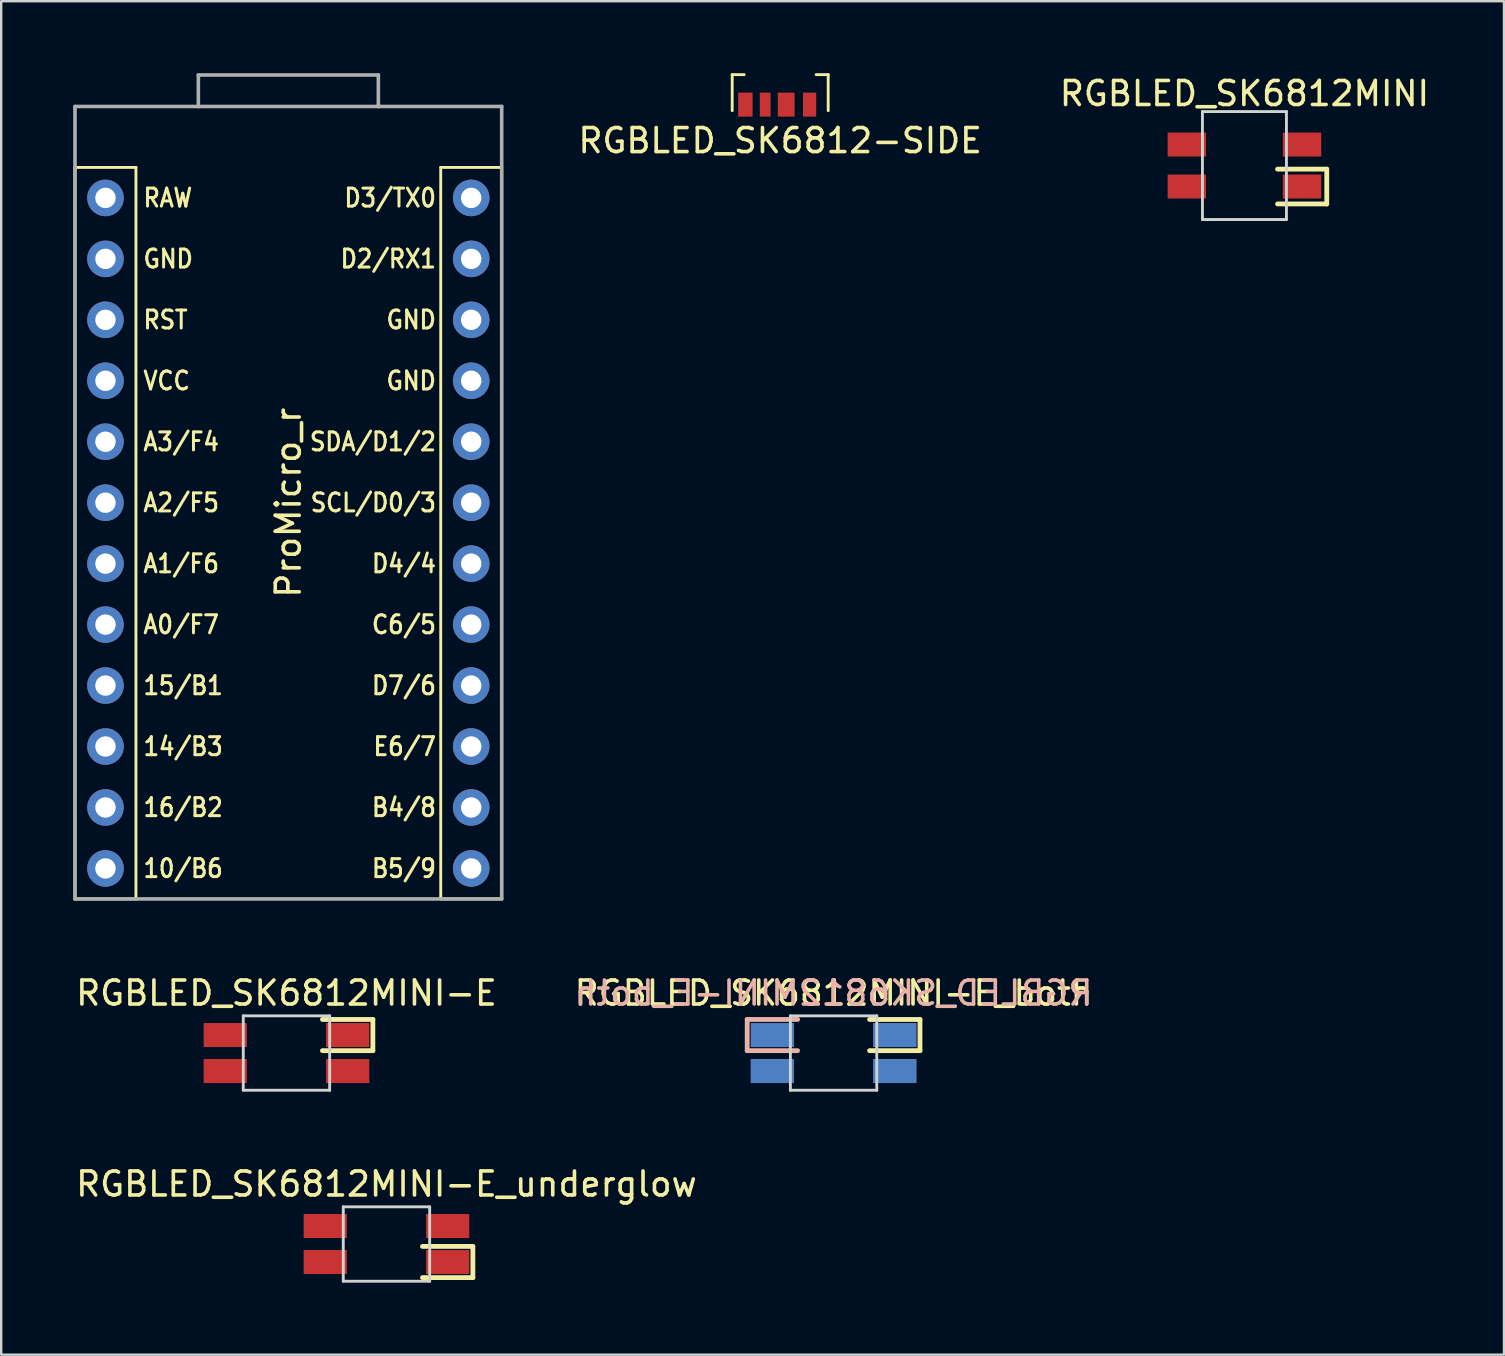
<source format=kicad_pcb>
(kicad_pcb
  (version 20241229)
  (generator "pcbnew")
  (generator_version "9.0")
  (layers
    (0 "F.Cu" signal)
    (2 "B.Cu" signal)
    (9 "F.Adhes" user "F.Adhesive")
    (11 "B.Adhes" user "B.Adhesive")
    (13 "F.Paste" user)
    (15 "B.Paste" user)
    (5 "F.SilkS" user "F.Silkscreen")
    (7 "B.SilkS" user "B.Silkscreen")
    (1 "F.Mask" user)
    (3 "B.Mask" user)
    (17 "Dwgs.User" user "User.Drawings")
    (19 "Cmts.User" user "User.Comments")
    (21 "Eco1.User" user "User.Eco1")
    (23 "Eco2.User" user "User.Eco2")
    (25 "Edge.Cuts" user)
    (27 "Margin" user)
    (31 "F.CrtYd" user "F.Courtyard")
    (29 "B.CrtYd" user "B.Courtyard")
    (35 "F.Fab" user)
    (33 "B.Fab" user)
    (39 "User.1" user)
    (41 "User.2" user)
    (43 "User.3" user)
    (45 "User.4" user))
  (footprint "RGBLED_SK6812MINI-E"
    (layer "F.Cu")
    (at 8.887 40.83)
    (property "Reference" "RGBLED_SK6812MINI-E" (at 0 -2.5 180) (layer "F.SilkS") (effects (font (size 1 1) (thickness 0.15))))
    (attr smd)
    (fp_line (start 1.5 -1.4) (end 3.6 -1.4) (stroke (width 0.2) (type solid)) (layer "F.SilkS"))
    (fp_line (start 3.6 -1.4) (end 3.6 -0.1) (stroke (width 0.2) (type solid)) (layer "F.SilkS"))
    (fp_line (start 3.6 -0.1) (end 1.5 -0.1) (stroke (width 0.2) (type solid)) (layer "F.SilkS"))
    (fp_line (start -1.8 -1.55) (end -1.8 1.55) (stroke (width 0.12) (type solid)) (layer "Edge.Cuts"))
    (fp_line (start -1.8 1.55) (end 1.8 1.55) (stroke (width 0.12) (type solid)) (layer "Edge.Cuts"))
    (fp_line (start 1.8 -1.55) (end -1.8 -1.55) (stroke (width 0.12) (type solid)) (layer "Edge.Cuts"))
    (fp_line (start 1.8 1.55) (end 1.8 -1.55) (stroke (width 0.12) (type solid)) (layer "Edge.Cuts"))
    (pad "1" smd rect (at -2.55 0.75) (size 1.8 1) (layers "F.Cu" "F.Mask" "F.Paste"))
    (pad "2" smd rect (at -2.55 -0.75) (size 1.8 1) (layers "F.Cu" "F.Mask" "F.Paste"))
    (pad "3" smd rect (at 2.55 -0.75) (size 1.8 1) (layers "F.Cu" "F.Mask" "F.Paste"))
    (pad "4" smd rect (at 2.55 0.75) (size 1.8 1) (layers "F.Cu" "F.Mask" "F.Paste")))
  (footprint "RGBLED_SK6812MINI-E_underglow"
    (layer "F.Cu")
    (at 13.054 48.788)
    (property "Reference" "RGBLED_SK6812MINI-E_underglow" (at 0 -2.5 180) (layer "F.SilkS") (effects (font (size 1 1) (thickness 0.15))))
    (attr smd)
    (fp_line (start 1.5 0.1) (end 3.6 0.1) (stroke (width 0.2) (type solid)) (layer "F.SilkS"))
    (fp_line (start 3.6 0.1) (end 3.6 1.4) (stroke (width 0.2) (type solid)) (layer "F.SilkS"))
    (fp_line (start 3.6 1.4) (end 1.5 1.4) (stroke (width 0.2) (type solid)) (layer "F.SilkS"))
    (fp_line (start -1.8 -1.55) (end -1.8 1.55) (stroke (width 0.12) (type solid)) (layer "Edge.Cuts"))
    (fp_line (start -1.8 1.55) (end 1.8 1.55) (stroke (width 0.12) (type solid)) (layer "Edge.Cuts"))
    (fp_line (start 1.8 -1.55) (end -1.8 -1.55) (stroke (width 0.12) (type solid)) (layer "Edge.Cuts"))
    (fp_line (start 1.8 1.55) (end 1.8 -1.55) (stroke (width 0.12) (type solid)) (layer "Edge.Cuts"))
    (pad "1" smd rect (at -2.55 -0.75) (size 1.8 1) (layers "F.Cu" "F.Mask" "F.Paste"))
    (pad "2" smd rect (at -2.55 0.75) (size 1.8 1) (layers "F.Cu" "F.Mask" "F.Paste"))
    (pad "3" smd rect (at 2.55 0.75) (size 1.8 1) (layers "F.Cu" "F.Mask" "F.Paste"))
    (pad "4" smd rect (at 2.55 -0.75) (size 1.8 1) (layers "F.Cu" "F.Mask" "F.Paste")))
  (footprint "RGBLED_SK6812-SIDE"
    (layer "F.Cu")
    (at 29.46 0.81)
    (property "Reference" "RGBLED_SK6812-SIDE" (at 0 2 0) (layer "F.SilkS") (effects (font (size 1 1) (thickness 0.15))))
    (attr smd)
    (fp_line (start -2 -0.75) (end -2 0.75) (stroke (width 0.12) (type solid)) (layer "F.SilkS"))
    (fp_line (start -1.5 -0.75) (end -2 -0.75) (stroke (width 0.12) (type solid)) (layer "F.SilkS"))
    (fp_line (start 1.5 -0.75) (end 2 -0.75) (stroke (width 0.12) (type solid)) (layer "F.SilkS"))
    (fp_line (start 2 -0.75) (end 2 0.75) (stroke (width 0.12) (type solid)) (layer "F.SilkS"))
    (pad "1" smd rect (at 1.225 0.5) (size 0.55 1) (layers "F.Cu" "F.Mask" "F.Paste"))
    (pad "2" smd rect (at 0.25 0.5) (size 0.7 1) (layers "F.Cu" "F.Mask" "F.Paste"))
    (pad "3" smd rect (at -0.625 0.5) (size 0.45 1) (layers "F.Cu" "F.Mask" "F.Paste"))
    (pad "4" smd rect (at -1.45 0.5) (size 0.6 1) (layers "F.Cu" "F.Mask" "F.Paste")))
  (footprint "ProMicro_r"
    (layer "F.Cu")
    (at 8.965 17.897)
    (property "Reference" "ProMicro_r" (at 0 0 270) (layer "F.SilkS") (effects (font (size 1 1) (thickness 0.15))))
    (attr through_hole)
    (fp_line (start -8.89 -13.97) (end -6.35 -13.97) (stroke (width 0.12) (type solid)) (layer "F.SilkS"))
    (fp_line (start -8.89 16.51) (end -8.89 -13.97) (stroke (width 0.12) (type solid)) (layer "F.SilkS"))
    (fp_line (start -6.35 -13.97) (end -6.35 16.51) (stroke (width 0.12) (type solid)) (layer "F.SilkS"))
    (fp_line (start -6.35 16.51) (end -8.89 16.51) (stroke (width 0.12) (type solid)) (layer "F.SilkS"))
    (fp_line (start 6.35 -13.97) (end 6.35 16.51) (stroke (width 0.12) (type solid)) (layer "F.SilkS"))
    (fp_line (start 6.35 16.51) (end 8.89 16.51) (stroke (width 0.12) (type solid)) (layer "F.SilkS"))
    (fp_line (start 8.89 -13.97) (end 6.35 -13.97) (stroke (width 0.12) (type solid)) (layer "F.SilkS"))
    (fp_line (start 8.89 16.51) (end 8.89 -13.97) (stroke (width 0.12) (type solid)) (layer "F.SilkS"))
    (fp_line (start -8.89 -16.51) (end -3.75 -16.51) (stroke (width 0.15) (type solid)) (layer "F.Fab"))
    (fp_line (start -8.89 16.51) (end -8.89 -16.51) (stroke (width 0.15) (type solid)) (layer "F.Fab"))
    (fp_line (start -3.75 -17.822) (end -3.75 -16.51) (stroke (width 0.15) (type solid)) (layer "F.Fab"))
    (fp_line (start -3.75 -17.822) (end 3.75 -17.822) (stroke (width 0.15) (type solid)) (layer "F.Fab"))
    (fp_line (start -3.75 -16.51) (end 3.75 -16.51) (stroke (width 0.15) (type solid)) (layer "F.Fab"))
    (fp_line (start 3.75 -17.822) (end 3.75 -16.51) (stroke (width 0.15) (type solid)) (layer "F.Fab"))
    (fp_line (start 3.75 -16.51) (end 8.89 -16.51) (stroke (width 0.15) (type solid)) (layer "F.Fab"))
    (fp_line (start 8.89 -16.51) (end 8.89 16.51) (stroke (width 0.15) (type solid)) (layer "F.Fab"))
    (fp_line (start 8.89 16.51) (end -8.89 16.51) (stroke (width 0.15) (type solid)) (layer "F.Fab"))
    (fp_text user "B4/8" (at 4.817 12.7 0) (layer "F.SilkS") (effects (font (size 0.75 0.67) (thickness 0.125))))
    (fp_text user "D3/TX0" (at 4.243 -12.7 0) (layer "F.SilkS") (effects (font (size 0.75 0.67) (thickness 0.125))))
    (fp_text user "D2/RX1" (at 4.163 -10.16 0) (layer "F.SilkS") (effects (font (size 0.75 0.67) (thickness 0.125))))
    (fp_text user "RAW" (at -5.022 -12.7 0) (layer "F.SilkS") (effects (font (size 0.75 0.67) (thickness 0.125))))
    (fp_text user "GND" (at -5.006 -10.16 0) (layer "F.SilkS") (effects (font (size 0.75 0.67) (thickness 0.125))))
    (fp_text user "VCC" (at -5.07 -5.08 0) (layer "F.SilkS") (effects (font (size 0.75 0.67) (thickness 0.125))))
    (fp_text user "14/B3" (at -4.384 10.16 0) (layer "F.SilkS") (effects (font (size 0.75 0.67) (thickness 0.125))))
    (fp_text user "GND" (at 5.12 -7.62 0) (layer "F.SilkS") (effects (font (size 0.75 0.67) (thickness 0.125))))
    (fp_text user "A3/F4" (at -4.464 -2.54 0) (layer "F.SilkS") (effects (font (size 0.75 0.67) (thickness 0.125))))
    (fp_text user "A0/F7" (at -4.464 5.08 0) (layer "F.SilkS") (effects (font (size 0.75 0.67) (thickness 0.125))))
    (fp_text user "B5/9" (at 4.817 15.24 0) (layer "F.SilkS") (effects (font (size 0.75 0.67) (thickness 0.125))))
    (fp_text user "E6/7" (at 4.849 10.16 0) (layer "F.SilkS") (effects (font (size 0.75 0.67) (thickness 0.125))))
    (fp_text user "D4/4" (at 4.817 2.54 0) (layer "F.SilkS") (effects (font (size 0.75 0.67) (thickness 0.125))))
    (fp_text user "RST" (at -5.118 -7.62 0) (layer "F.SilkS") (effects (font (size 0.75 0.67) (thickness 0.125))))
    (fp_text user "SDA/D1/2" (at 3.525 -2.54 0) (layer "F.SilkS") (effects (font (size 0.75 0.67) (thickness 0.125))))
    (fp_text user "10/B6" (at -4.384 15.24 0) (layer "F.SilkS") (effects (font (size 0.75 0.67) (thickness 0.125))))
    (fp_text user "A1/F6" (at -4.464 2.54 0) (layer "F.SilkS") (effects (font (size 0.75 0.67) (thickness 0.125))))
    (fp_text user "D7/6" (at 4.817 7.62 0) (layer "F.SilkS") (effects (font (size 0.75 0.67) (thickness 0.125))))
    (fp_text user "GND" (at 5.12 -5.08 0) (layer "F.SilkS") (effects (font (size 0.75 0.67) (thickness 0.125))))
    (fp_text user "C6/5" (at 4.817 5.08 0) (layer "F.SilkS") (effects (font (size 0.75 0.67) (thickness 0.125))))
    (fp_text user "16/B2" (at -4.384 12.7 0) (layer "F.SilkS") (effects (font (size 0.75 0.67) (thickness 0.125))))
    (fp_text user "A2/F5" (at -4.464 0 0) (layer "F.SilkS") (effects (font (size 0.75 0.67) (thickness 0.125))))
    (fp_text user "15/B1" (at -4.384 7.62 0) (layer "F.SilkS") (effects (font (size 0.75 0.67) (thickness 0.125))))
    (fp_text user "SCL/D0/3" (at 3.541 0 0) (layer "F.SilkS") (effects (font (size 0.75 0.67) (thickness 0.125))))
    (pad "1" thru_hole circle (at 7.62 -12.7) (size 1.524 1.524) (drill 0.85) (layers "*.Cu" "*.Mask"))
    (pad "2" thru_hole circle (at 7.62 -10.16) (size 1.524 1.524) (drill 0.85) (layers "*.Cu" "*.Mask"))
    (pad "3" thru_hole circle (at 7.62 -7.62) (size 1.524 1.524) (drill 0.85) (layers "*.Cu" "*.Mask"))
    (pad "4" thru_hole circle (at 7.62 -5.08) (size 1.524 1.524) (drill 0.85) (layers "*.Cu" "*.Mask"))
    (pad "5" thru_hole circle (at 7.62 -2.54) (size 1.524 1.524) (drill 0.85) (layers "*.Cu" "*.Mask"))
    (pad "6" thru_hole circle (at 7.62 0) (size 1.524 1.524) (drill 0.85) (layers "*.Cu" "*.Mask"))
    (pad "7" thru_hole circle (at 7.62 2.54) (size 1.524 1.524) (drill 0.85) (layers "*.Cu" "*.Mask"))
    (pad "8" thru_hole circle (at 7.62 5.08) (size 1.524 1.524) (drill 0.85) (layers "*.Cu" "*.Mask"))
    (pad "9" thru_hole circle (at 7.62 7.62) (size 1.524 1.524) (drill 0.85) (layers "*.Cu" "*.Mask"))
    (pad "10" thru_hole circle (at 7.62 10.16) (size 1.524 1.524) (drill 0.85) (layers "*.Cu" "*.Mask"))
    (pad "11" thru_hole circle (at 7.62 12.7) (size 1.524 1.524) (drill 0.85) (layers "*.Cu" "*.Mask"))
    (pad "12" thru_hole circle (at 7.62 15.24) (size 1.524 1.524) (drill 0.85) (layers "*.Cu" "*.Mask"))
    (pad "13" thru_hole circle (at -7.62 15.24) (size 1.524 1.524) (drill 0.85) (layers "*.Cu" "*.Mask"))
    (pad "14" thru_hole circle (at -7.62 12.7) (size 1.524 1.524) (drill 0.85) (layers "*.Cu" "*.Mask"))
    (pad "15" thru_hole circle (at -7.62 10.16) (size 1.524 1.524) (drill 0.85) (layers "*.Cu" "*.Mask"))
    (pad "16" thru_hole circle (at -7.62 7.62) (size 1.524 1.524) (drill 0.85) (layers "*.Cu" "*.Mask"))
    (pad "17" thru_hole circle (at -7.62 5.08) (size 1.524 1.524) (drill 0.85) (layers "*.Cu" "*.Mask"))
    (pad "18" thru_hole circle (at -7.62 2.54) (size 1.524 1.524) (drill 0.85) (layers "*.Cu" "*.Mask"))
    (pad "19" thru_hole circle (at -7.62 0) (size 1.524 1.524) (drill 0.85) (layers "*.Cu" "*.Mask"))
    (pad "20" thru_hole circle (at -7.62 -2.54) (size 1.524 1.524) (drill 0.85) (layers "*.Cu" "*.Mask"))
    (pad "21" thru_hole circle (at -7.62 -5.08) (size 1.524 1.524) (drill 0.85) (layers "*.Cu" "*.Mask"))
    (pad "22" thru_hole circle (at -7.62 -7.62) (size 1.524 1.524) (drill 0.85) (layers "*.Cu" "*.Mask"))
    (pad "23" thru_hole circle (at -7.62 -10.16) (size 1.524 1.524) (drill 0.85) (layers "*.Cu" "*.Mask"))
    (pad "24" thru_hole circle (at -7.62 -12.7) (size 1.524 1.524) (drill 0.85) (layers "*.Cu" "*.Mask")))
  (footprint "RGBLED_SK6812MINI"
    (layer "F.Cu")
    (at 48.805 3.848)
    (property "Reference" "RGBLED_SK6812MINI" (at 0 -3 0) (layer "F.SilkS") (effects (font (size 1 1) (thickness 0.15))))
    (attr through_hole)
    (fp_line (start 1.38 0.15) (end 3.43 0.15) (stroke (width 0.2) (type solid)) (layer "F.SilkS"))
    (fp_line (start 3.43 0.15) (end 3.43 1.6) (stroke (width 0.2) (type solid)) (layer "F.SilkS"))
    (fp_line (start 3.43 1.6) (end 1.38 1.6) (stroke (width 0.2) (type solid)) (layer "F.SilkS"))
    (fp_line (start -1.75 -2.25) (end -1.75 2.25) (stroke (width 0.12) (type solid)) (layer "Edge.Cuts"))
    (fp_line (start -1.75 -2.25) (end 1.75 -2.25) (stroke (width 0.12) (type solid)) (layer "Edge.Cuts"))
    (fp_line (start 1.75 -2.25) (end 1.75 2.25) (stroke (width 0.12) (type solid)) (layer "Edge.Cuts"))
    (fp_line (start 1.75 2.25) (end -1.75 2.25) (stroke (width 0.12) (type solid)) (layer "Edge.Cuts"))
    (pad "1" smd rect (at -2.4 0.875) (size 1.6 1) (layers "F.Cu" "F.Mask" "F.Paste"))
    (pad "2" smd rect (at -2.4 -0.875) (size 1.6 1) (layers "F.Cu" "F.Mask" "F.Paste"))
    (pad "3" smd rect (at 2.4 -0.875) (size 1.6 1) (layers "F.Cu" "F.Mask" "F.Paste"))
    (pad "4" smd rect (at 2.4 0.875) (size 1.6 1) (layers "F.Cu" "F.Mask" "F.Paste")))
  (footprint "RGBLED_SK6812MINI-E_both"
    (layer "F.Cu")
    (at 31.685 40.83)
    (property "Reference" "RGBLED_SK6812MINI-E_both" (at 0 -2.5 180) (layer "F.SilkS") (effects (font (size 1 1) (thickness 0.15))))
    (attr through_hole)
    (fp_line (start 1.5 -1.4) (end 3.6 -1.4) (stroke (width 0.2) (type solid)) (layer "F.SilkS"))
    (fp_line (start 3.6 -1.4) (end 3.6 -0.1) (stroke (width 0.2) (type solid)) (layer "F.SilkS"))
    (fp_line (start 3.6 -0.1) (end 1.5 -0.1) (stroke (width 0.2) (type solid)) (layer "F.SilkS"))
    (fp_line (start -3.6 -1.4) (end -1.5 -1.4) (stroke (width 0.2) (type solid)) (layer "B.SilkS"))
    (fp_line (start -3.6 -0.1) (end -3.6 -1.4) (stroke (width 0.2) (type solid)) (layer "B.SilkS"))
    (fp_line (start -1.5 -0.1) (end -3.6 -0.1) (stroke (width 0.2) (type solid)) (layer "B.SilkS"))
    (fp_line (start -1.8 -1.55) (end -1.8 1.55) (stroke (width 0.12) (type solid)) (layer "Edge.Cuts"))
    (fp_line (start -1.8 1.55) (end 1.8 1.55) (stroke (width 0.12) (type solid)) (layer "Edge.Cuts"))
    (fp_line (start 1.8 -1.55) (end -1.8 -1.55) (stroke (width 0.12) (type solid)) (layer "Edge.Cuts"))
    (fp_line (start 1.8 1.55) (end 1.8 -1.55) (stroke (width 0.12) (type solid)) (layer "Edge.Cuts"))
    (fp_text user "${REFERENCE}" (at 0 -2.5 180) (layer "B.SilkS") (effects (font (size 1 1) (thickness 0.15)) (justify mirror)))
    (pad "1" smd rect (at -2.55 0.75) (size 1.8 1) (layers "F.Cu" "F.Mask" "F.Paste"))
    (pad "1" smd rect (at 2.55 0.75) (size 1.8 1) (layers "B.Cu" "B.Mask" "B.Paste"))
    (pad "2" smd rect (at -2.55 -0.75) (size 1.8 1) (layers "F.Cu" "F.Mask" "F.Paste"))
    (pad "2" smd rect (at 2.55 -0.75) (size 1.8 1) (layers "B.Cu" "B.Mask" "B.Paste"))
    (pad "3" smd rect (at -2.55 -0.75) (size 1.8 1) (layers "B.Cu" "B.Mask" "B.Paste"))
    (pad "3" smd rect (at 2.55 -0.75) (size 1.8 1) (layers "F.Cu" "F.Mask" "F.Paste"))
    (pad "4" smd rect (at -2.55 0.75) (size 1.8 1) (layers "B.Cu" "B.Mask" "B.Paste"))
    (pad "4" smd rect (at 2.55 0.75) (size 1.8 1) (layers "F.Cu" "F.Mask" "F.Paste")))
  (gr_rect
    (start -3 -3)
    (end 59.62 53.398)
    (stroke (width 0.1) (type default))
    (fill no)
    (layer "Edge.Cuts")))
</source>
